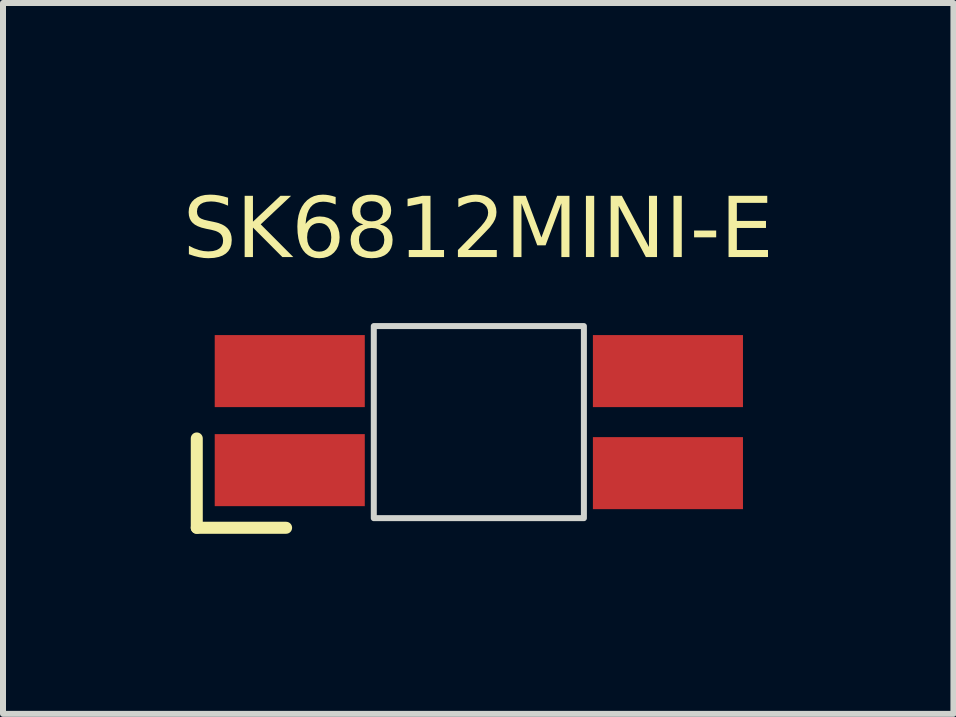
<source format=kicad_pcb>
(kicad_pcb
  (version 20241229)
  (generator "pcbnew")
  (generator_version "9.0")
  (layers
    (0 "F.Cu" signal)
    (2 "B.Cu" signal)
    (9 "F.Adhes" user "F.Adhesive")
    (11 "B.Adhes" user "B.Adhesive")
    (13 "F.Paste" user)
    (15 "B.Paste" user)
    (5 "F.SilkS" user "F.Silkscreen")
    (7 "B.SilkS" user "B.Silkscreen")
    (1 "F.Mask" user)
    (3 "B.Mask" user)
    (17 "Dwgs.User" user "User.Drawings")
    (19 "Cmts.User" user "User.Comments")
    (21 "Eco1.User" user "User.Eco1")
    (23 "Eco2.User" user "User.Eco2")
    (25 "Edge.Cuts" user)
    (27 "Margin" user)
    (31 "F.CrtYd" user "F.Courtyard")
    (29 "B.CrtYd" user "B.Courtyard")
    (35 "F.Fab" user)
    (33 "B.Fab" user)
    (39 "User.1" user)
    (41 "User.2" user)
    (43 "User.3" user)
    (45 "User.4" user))
  (footprint "SK6812MINI-E"
    (layer "F.Cu")
    (at 4.927 3.982)
    (property "Reference" "SK6812MINI-E" (at -0.01 -3.165 180) (layer "F.SilkS") (effects (font (face "F1.8") (size 1 1) (thickness 0.15))))
    (attr smd)
    (fp_line (start -4.699 0.272) (end -4.699 1.76) (stroke (width 0.2) (type solid)) (layer "F.SilkS"))
    (fp_line (start -4.699 1.76) (end -3.211 1.76) (stroke (width 0.2) (type solid)) (layer "F.SilkS"))
    (fp_rect (start -1.75 -1.6) (end 1.75 1.6) (stroke (width 0.1) (type default)) (fill no) (layer "Edge.Cuts"))
    (pad "1" smd rect (at 3.15 -0.85) (size 2.5 1.2) (layers "F.Cu" "F.Mask" "F.Paste"))
    (pad "2" smd rect (at 3.15 0.85) (size 2.5 1.2) (layers "F.Cu" "F.Mask" "F.Paste"))
    (pad "3" smd rect (at -3.15 0.8) (size 2.5 1.2) (layers "F.Cu" "F.Mask" "F.Paste"))
    (pad "4" smd rect (at -3.15 -0.85) (size 2.5 1.2) (layers "F.Cu" "F.Mask" "F.Paste")))
  (gr_rect
    (start -3 -3)
    (end 12.833 8.842)
    (stroke (width 0.1) (type default))
    (fill no)
    (layer "Edge.Cuts")))
</source>
